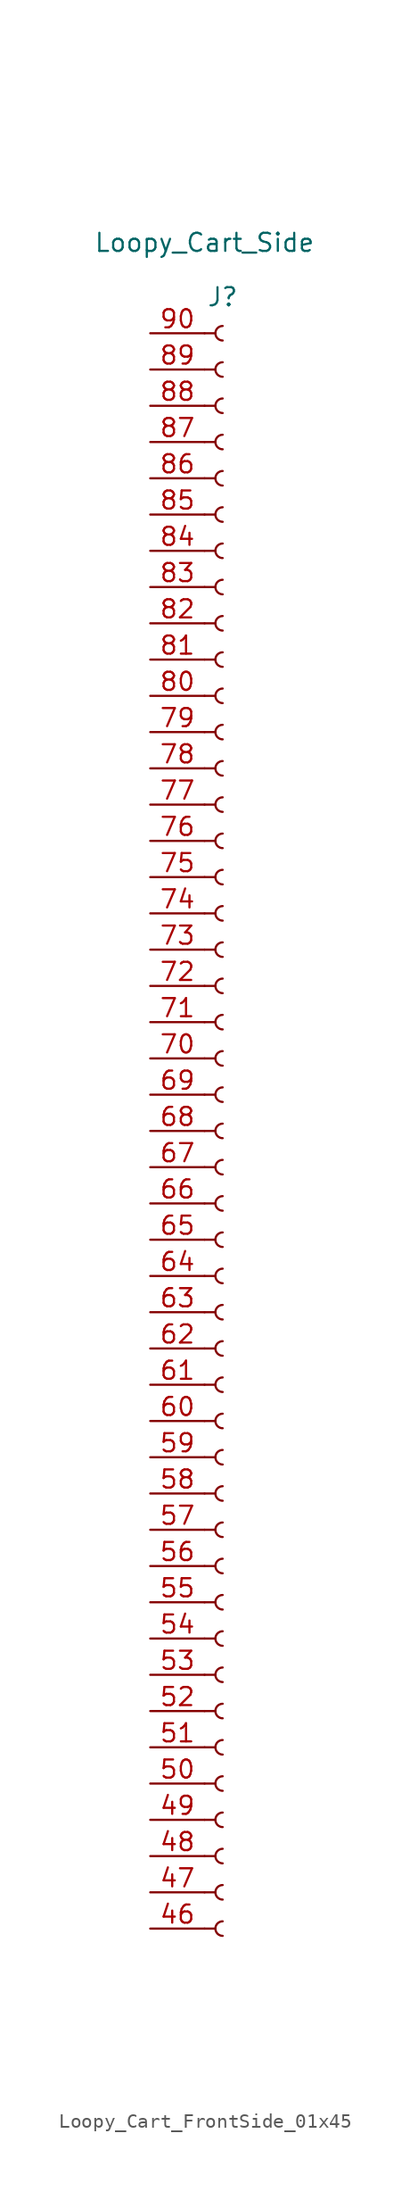
<source format=kicad_sym>
(kicad_symbol_lib
  (version 20220914)
  (generator kicad_symbol_editor)
  (symbol "Loopy_Cart_FrontSide_01x45"
    (pin_names
      (offset 1.016) hide)
    (property "Reference" "J"
      (at 0 50.8 0)
      (effects (font (size 1.27 1.27))))
    (property "Value" "Loopy_Cart_Side"
      (at -1.27 54.61 0)
      (effects (font (size 1.27 1.27))))
    (property "ki_locked" ""
      (at 0 0 0)
      (effects (font (size 1.27 1.27))))
    (symbol "Loopy_Cart_FrontSide_01x45_1_1"
      (arc (start 0 -62.992) (mid -0.5058 -63.5) (end 0 -64.008) (stroke (width 0.1524) (type default)) (fill (type none)))
      (arc (start 0 -60.452) (mid -0.5058 -60.96) (end 0 -61.468) (stroke (width 0.1524) (type default)) (fill (type none)))
      (arc (start 0 -57.912) (mid -0.5058 -58.42) (end 0 -58.928) (stroke (width 0.1524) (type default)) (fill (type none)))
      (arc (start 0 -55.372) (mid -0.5058 -55.88) (end 0 -56.388) (stroke (width 0.1524) (type default)) (fill (type none)))
      (arc (start 0 -52.832) (mid -0.5058 -53.34) (end 0 -53.848) (stroke (width 0.1524) (type default)) (fill (type none)))
      (arc (start 0 -50.292) (mid -0.5058 -50.8) (end 0 -51.308) (stroke (width 0.1524) (type default)) (fill (type none)))
      (arc (start 0 -47.752) (mid -0.5058 -48.26) (end 0 -48.768) (stroke (width 0.1524) (type default)) (fill (type none)))
      (arc (start 0 -45.212) (mid -0.5058 -45.72) (end 0 -46.228) (stroke (width 0.1524) (type default)) (fill (type none)))
      (arc (start 0 -42.672) (mid -0.5058 -43.18) (end 0 -43.688) (stroke (width 0.1524) (type default)) (fill (type none)))
      (arc (start 0 -40.132) (mid -0.5058 -40.64) (end 0 -41.148) (stroke (width 0.1524) (type default)) (fill (type none)))
      (arc (start 0 -37.592) (mid -0.5058 -38.1) (end 0 -38.608) (stroke (width 0.1524) (type default)) (fill (type none)))
      (arc (start 0 -35.052) (mid -0.5058 -35.56) (end 0 -36.068) (stroke (width 0.1524) (type default)) (fill (type none)))
      (arc (start 0 -32.512) (mid -0.5058 -33.02) (end 0 -33.528) (stroke (width 0.1524) (type default)) (fill (type none)))
      (arc (start 0 -29.972) (mid -0.5058 -30.48) (end 0 -30.988) (stroke (width 0.1524) (type default)) (fill (type none)))
      (arc (start 0 -27.432) (mid -0.5058 -27.94) (end 0 -28.448) (stroke (width 0.1524) (type default)) (fill (type none)))
      (arc (start 0 -24.892) (mid -0.5058 -25.4) (end 0 -25.908) (stroke (width 0.1524) (type default)) (fill (type none)))
      (arc (start 0 -22.352) (mid -0.5058 -22.86) (end 0 -23.368) (stroke (width 0.1524) (type default)) (fill (type none)))
      (arc (start 0 -19.812) (mid -0.5058 -20.32) (end 0 -20.828) (stroke (width 0.1524) (type default)) (fill (type none)))
      (arc (start 0 -17.272) (mid -0.5058 -17.78) (end 0 -18.288) (stroke (width 0.1524) (type default)) (fill (type none)))
      (arc (start 0 -14.732) (mid -0.5058 -15.24) (end 0 -15.748) (stroke (width 0.1524) (type default)) (fill (type none)))
      (arc (start 0 -12.192) (mid -0.5058 -12.7) (end 0 -13.208) (stroke (width 0.1524) (type default)) (fill (type none)))
      (arc (start 0 -9.652) (mid -0.5058 -10.16) (end 0 -10.668) (stroke (width 0.1524) (type default)) (fill (type none)))
      (arc (start 0 -7.112) (mid -0.5058 -7.62) (end 0 -8.128) (stroke (width 0.1524) (type default)) (fill (type none)))
      (arc (start 0 -4.572) (mid -0.5058 -5.08) (end 0 -5.588) (stroke (width 0.1524) (type default)) (fill (type none)))
      (arc (start 0 -2.032) (mid -0.5058 -2.54) (end 0 -3.048) (stroke (width 0.1524) (type default)) (fill (type none)))
      (polyline (pts (xy -1.27 -63.5) (xy -0.508 -63.5)) (stroke (width 0.152) (type default)) (fill (type none)))
      (polyline (pts (xy -1.27 -60.96) (xy -0.508 -60.96)) (stroke (width 0.152) (type default)) (fill (type none)))
      (polyline (pts (xy -1.27 -58.42) (xy -0.508 -58.42)) (stroke (width 0.152) (type default)) (fill (type none)))
      (polyline (pts (xy -1.27 -55.88) (xy -0.508 -55.88)) (stroke (width 0.152) (type default)) (fill (type none)))
      (polyline (pts (xy -1.27 -53.34) (xy -0.508 -53.34)) (stroke (width 0.152) (type default)) (fill (type none)))
      (polyline (pts (xy -1.27 -50.8) (xy -0.508 -50.8)) (stroke (width 0.152) (type default)) (fill (type none)))
      (polyline (pts (xy -1.27 -48.26) (xy -0.508 -48.26)) (stroke (width 0.152) (type default)) (fill (type none)))
      (polyline (pts (xy -1.27 -45.72) (xy -0.508 -45.72)) (stroke (width 0.152) (type default)) (fill (type none)))
      (polyline (pts (xy -1.27 -43.18) (xy -0.508 -43.18)) (stroke (width 0.152) (type default)) (fill (type none)))
      (polyline (pts (xy -1.27 -40.64) (xy -0.508 -40.64)) (stroke (width 0.152) (type default)) (fill (type none)))
      (polyline (pts (xy -1.27 -38.1) (xy -0.508 -38.1)) (stroke (width 0.152) (type default)) (fill (type none)))
      (polyline (pts (xy -1.27 -35.56) (xy -0.508 -35.56)) (stroke (width 0.152) (type default)) (fill (type none)))
      (polyline (pts (xy -1.27 -33.02) (xy -0.508 -33.02)) (stroke (width 0.152) (type default)) (fill (type none)))
      (polyline (pts (xy -1.27 -30.48) (xy -0.508 -30.48)) (stroke (width 0.152) (type default)) (fill (type none)))
      (polyline (pts (xy -1.27 -27.94) (xy -0.508 -27.94)) (stroke (width 0.152) (type default)) (fill (type none)))
      (polyline (pts (xy -1.27 -25.4) (xy -0.508 -25.4)) (stroke (width 0.152) (type default)) (fill (type none)))
      (polyline (pts (xy -1.27 -22.86) (xy -0.508 -22.86)) (stroke (width 0.152) (type default)) (fill (type none)))
      (polyline (pts (xy -1.27 -20.32) (xy -0.508 -20.32)) (stroke (width 0.152) (type default)) (fill (type none)))
      (polyline (pts (xy -1.27 -17.78) (xy -0.508 -17.78)) (stroke (width 0.152) (type default)) (fill (type none)))
      (polyline (pts (xy -1.27 -15.24) (xy -0.508 -15.24)) (stroke (width 0.152) (type default)) (fill (type none)))
      (polyline (pts (xy -1.27 -12.7) (xy -0.508 -12.7)) (stroke (width 0.152) (type default)) (fill (type none)))
      (polyline (pts (xy -1.27 -10.16) (xy -0.508 -10.16)) (stroke (width 0.152) (type default)) (fill (type none)))
      (polyline (pts (xy -1.27 -7.62) (xy -0.508 -7.62)) (stroke (width 0.152) (type default)) (fill (type none)))
      (polyline (pts (xy -1.27 -5.08) (xy -0.508 -5.08)) (stroke (width 0.152) (type default)) (fill (type none)))
      (polyline (pts (xy -1.27 -2.54) (xy -0.508 -2.54)) (stroke (width 0.152) (type default)) (fill (type none)))
      (polyline (pts (xy -1.27 0) (xy -0.508 0)) (stroke (width 0.152) (type default)) (fill (type none)))
      (polyline (pts (xy -1.27 2.54) (xy -0.508 2.54)) (stroke (width 0.152) (type default)) (fill (type none)))
      (polyline (pts (xy -1.27 5.08) (xy -0.508 5.08)) (stroke (width 0.152) (type default)) (fill (type none)))
      (polyline (pts (xy -1.27 7.62) (xy -0.508 7.62)) (stroke (width 0.152) (type default)) (fill (type none)))
      (polyline (pts (xy -1.27 10.16) (xy -0.508 10.16)) (stroke (width 0.152) (type default)) (fill (type none)))
      (polyline (pts (xy -1.27 12.7) (xy -0.508 12.7)) (stroke (width 0.152) (type default)) (fill (type none)))
      (polyline (pts (xy -1.27 15.24) (xy -0.508 15.24)) (stroke (width 0.152) (type default)) (fill (type none)))
      (polyline (pts (xy -1.27 17.78) (xy -0.508 17.78)) (stroke (width 0.152) (type default)) (fill (type none)))
      (polyline (pts (xy -1.27 20.32) (xy -0.508 20.32)) (stroke (width 0.152) (type default)) (fill (type none)))
      (polyline (pts (xy -1.27 22.86) (xy -0.508 22.86)) (stroke (width 0.152) (type default)) (fill (type none)))
      (polyline (pts (xy -1.27 25.4) (xy -0.508 25.4)) (stroke (width 0.152) (type default)) (fill (type none)))
      (polyline (pts (xy -1.27 27.94) (xy -0.508 27.94)) (stroke (width 0.152) (type default)) (fill (type none)))
      (polyline (pts (xy -1.27 30.48) (xy -0.508 30.48)) (stroke (width 0.152) (type default)) (fill (type none)))
      (polyline (pts (xy -1.27 33.02) (xy -0.508 33.02)) (stroke (width 0.152) (type default)) (fill (type none)))
      (polyline (pts (xy -1.27 35.56) (xy -0.508 35.56)) (stroke (width 0.152) (type default)) (fill (type none)))
      (polyline (pts (xy -1.27 38.1) (xy -0.508 38.1)) (stroke (width 0.152) (type default)) (fill (type none)))
      (polyline (pts (xy -1.27 40.64) (xy -0.508 40.64)) (stroke (width 0.152) (type default)) (fill (type none)))
      (polyline (pts (xy -1.27 43.18) (xy -0.508 43.18)) (stroke (width 0.152) (type default)) (fill (type none)))
      (polyline (pts (xy -1.27 45.72) (xy -0.508 45.72)) (stroke (width 0.152) (type default)) (fill (type none)))
      (polyline (pts (xy -1.27 48.26) (xy -0.508 48.26)) (stroke (width 0.152) (type default)) (fill (type none)))
      (arc (start 0 0.508) (mid -0.5058 0) (end 0 -0.508) (stroke (width 0.1524) (type default)) (fill (type none)))
      (arc (start 0 3.048) (mid -0.5058 2.54) (end 0 2.032) (stroke (width 0.1524) (type default)) (fill (type none)))
      (arc (start 0 5.588) (mid -0.5058 5.08) (end 0 4.572) (stroke (width 0.1524) (type default)) (fill (type none)))
      (arc (start 0 8.128) (mid -0.5058 7.62) (end 0 7.112) (stroke (width 0.1524) (type default)) (fill (type none)))
      (arc (start 0 10.668) (mid -0.5058 10.16) (end 0 9.652) (stroke (width 0.1524) (type default)) (fill (type none)))
      (arc (start 0 13.208) (mid -0.5058 12.7) (end 0 12.192) (stroke (width 0.1524) (type default)) (fill (type none)))
      (arc (start 0 15.748) (mid -0.5058 15.24) (end 0 14.732) (stroke (width 0.1524) (type default)) (fill (type none)))
      (arc (start 0 18.288) (mid -0.5058 17.78) (end 0 17.272) (stroke (width 0.1524) (type default)) (fill (type none)))
      (arc (start 0 20.828) (mid -0.5058 20.32) (end 0 19.812) (stroke (width 0.1524) (type default)) (fill (type none)))
      (arc (start 0 23.368) (mid -0.5058 22.86) (end 0 22.352) (stroke (width 0.1524) (type default)) (fill (type none)))
      (arc (start 0 25.908) (mid -0.5058 25.4) (end 0 24.892) (stroke (width 0.1524) (type default)) (fill (type none)))
      (arc (start 0 28.448) (mid -0.5058 27.94) (end 0 27.432) (stroke (width 0.1524) (type default)) (fill (type none)))
      (arc (start 0 30.988) (mid -0.5058 30.48) (end 0 29.972) (stroke (width 0.1524) (type default)) (fill (type none)))
      (arc (start 0 33.528) (mid -0.5058 33.02) (end 0 32.512) (stroke (width 0.1524) (type default)) (fill (type none)))
      (arc (start 0 36.068) (mid -0.5058 35.56) (end 0 35.052) (stroke (width 0.1524) (type default)) (fill (type none)))
      (arc (start 0 38.608) (mid -0.5058 38.1) (end 0 37.592) (stroke (width 0.1524) (type default)) (fill (type none)))
      (arc (start 0 41.148) (mid -0.5058 40.64) (end 0 40.132) (stroke (width 0.1524) (type default)) (fill (type none)))
      (arc (start 0 43.688) (mid -0.5058 43.18) (end 0 42.672) (stroke (width 0.1524) (type default)) (fill (type none)))
      (arc (start 0 46.228) (mid -0.5058 45.72) (end 0 45.212) (stroke (width 0.1524) (type default)) (fill (type none)))
      (arc (start 0 48.768) (mid -0.5058 48.26) (end 0 47.752) (stroke (width 0.1524) (type default)) (fill (type none)))
      (pin passive line (at -5.08 -63.5 0) (length 3.81) (name "" (effects (font (size 1.27 1.27)))) (number "46" (effects (font (size 1.27 1.27)))))
      (pin passive line (at -5.08 -60.96 0) (length 3.81) (name "" (effects (font (size 1.27 1.27)))) (number "47" (effects (font (size 1.27 1.27)))))
      (pin passive line (at -5.08 -58.42 0) (length 3.81) (name "" (effects (font (size 1.27 1.27)))) (number "48" (effects (font (size 1.27 1.27)))))
      (pin passive line (at -5.08 -55.88 0) (length 3.81) (name "" (effects (font (size 1.27 1.27)))) (number "49" (effects (font (size 1.27 1.27)))))
      (pin passive line (at -5.08 -53.34 0) (length 3.81) (name "" (effects (font (size 1.27 1.27)))) (number "50" (effects (font (size 1.27 1.27)))))
      (pin passive line (at -5.08 -50.8 0) (length 3.81) (name "" (effects (font (size 1.27 1.27)))) (number "51" (effects (font (size 1.27 1.27)))))
      (pin passive line (at -5.08 -48.26 0) (length 3.81) (name "" (effects (font (size 1.27 1.27)))) (number "52" (effects (font (size 1.27 1.27)))))
      (pin passive line (at -5.08 -45.72 0) (length 3.81) (name "" (effects (font (size 1.27 1.27)))) (number "53" (effects (font (size 1.27 1.27)))))
      (pin passive line (at -5.08 -43.18 0) (length 3.81) (name "" (effects (font (size 1.27 1.27)))) (number "54" (effects (font (size 1.27 1.27)))))
      (pin passive line (at -5.08 -40.64 0) (length 3.81) (name "" (effects (font (size 1.27 1.27)))) (number "55" (effects (font (size 1.27 1.27)))))
      (pin passive line (at -5.08 -38.1 0) (length 3.81) (name "" (effects (font (size 1.27 1.27)))) (number "56" (effects (font (size 1.27 1.27)))))
      (pin passive line (at -5.08 -35.56 0) (length 3.81) (name "" (effects (font (size 1.27 1.27)))) (number "57" (effects (font (size 1.27 1.27)))))
      (pin passive line (at -5.08 -33.02 0) (length 3.81) (name "" (effects (font (size 1.27 1.27)))) (number "58" (effects (font (size 1.27 1.27)))))
      (pin passive line (at -5.08 -30.48 0) (length 3.81) (name "" (effects (font (size 1.27 1.27)))) (number "59" (effects (font (size 1.27 1.27)))))
      (pin passive line (at -5.08 -27.94 0) (length 3.81) (name "" (effects (font (size 1.27 1.27)))) (number "60" (effects (font (size 1.27 1.27)))))
      (pin passive line (at -5.08 -25.4 0) (length 3.81) (name "" (effects (font (size 1.27 1.27)))) (number "61" (effects (font (size 1.27 1.27)))))
      (pin passive line (at -5.08 -22.86 0) (length 3.81) (name "" (effects (font (size 1.27 1.27)))) (number "62" (effects (font (size 1.27 1.27)))))
      (pin passive line (at -5.08 -20.32 0) (length 3.81) (name "" (effects (font (size 1.27 1.27)))) (number "63" (effects (font (size 1.27 1.27)))))
      (pin passive line (at -5.08 -17.78 0) (length 3.81) (name "" (effects (font (size 1.27 1.27)))) (number "64" (effects (font (size 1.27 1.27)))))
      (pin passive line (at -5.08 -15.24 0) (length 3.81) (name "" (effects (font (size 1.27 1.27)))) (number "65" (effects (font (size 1.27 1.27)))))
      (pin passive line (at -5.08 -12.7 0) (length 3.81) (name "" (effects (font (size 1.27 1.27)))) (number "66" (effects (font (size 1.27 1.27)))))
      (pin passive line (at -5.08 -10.16 0) (length 3.81) (name "" (effects (font (size 1.27 1.27)))) (number "67" (effects (font (size 1.27 1.27)))))
      (pin passive line (at -5.08 -7.62 0) (length 3.81) (name "" (effects (font (size 1.27 1.27)))) (number "68" (effects (font (size 1.27 1.27)))))
      (pin passive line (at -5.08 -5.08 0) (length 3.81) (name "" (effects (font (size 1.27 1.27)))) (number "69" (effects (font (size 1.27 1.27)))))
      (pin passive line (at -5.08 -2.54 0) (length 3.81) (name "" (effects (font (size 1.27 1.27)))) (number "70" (effects (font (size 1.27 1.27)))))
      (pin passive line (at -5.08 0 0) (length 3.81) (name "" (effects (font (size 1.27 1.27)))) (number "71" (effects (font (size 1.27 1.27)))))
      (pin passive line (at -5.08 2.54 0) (length 3.81) (name "" (effects (font (size 1.27 1.27)))) (number "72" (effects (font (size 1.27 1.27)))))
      (pin passive line (at -5.08 5.08 0) (length 3.81) (name "" (effects (font (size 1.27 1.27)))) (number "73" (effects (font (size 1.27 1.27)))))
      (pin passive line (at -5.08 7.62 0) (length 3.81) (name "" (effects (font (size 1.27 1.27)))) (number "74" (effects (font (size 1.27 1.27)))))
      (pin passive line (at -5.08 10.16 0) (length 3.81) (name "" (effects (font (size 1.27 1.27)))) (number "75" (effects (font (size 1.27 1.27)))))
      (pin passive line (at -5.08 12.7 0) (length 3.81) (name "" (effects (font (size 1.27 1.27)))) (number "76" (effects (font (size 1.27 1.27)))))
      (pin passive line (at -5.08 15.24 0) (length 3.81) (name "" (effects (font (size 1.27 1.27)))) (number "77" (effects (font (size 1.27 1.27)))))
      (pin passive line (at -5.08 17.78 0) (length 3.81) (name "" (effects (font (size 1.27 1.27)))) (number "78" (effects (font (size 1.27 1.27)))))
      (pin passive line (at -5.08 20.32 0) (length 3.81) (name "" (effects (font (size 1.27 1.27)))) (number "79" (effects (font (size 1.27 1.27)))))
      (pin passive line (at -5.08 22.86 0) (length 3.81) (name "" (effects (font (size 1.27 1.27)))) (number "80" (effects (font (size 1.27 1.27)))))
      (pin passive line (at -5.08 25.4 0) (length 3.81) (name "" (effects (font (size 1.27 1.27)))) (number "81" (effects (font (size 1.27 1.27)))))
      (pin passive line (at -5.08 27.94 0) (length 3.81) (name "" (effects (font (size 1.27 1.27)))) (number "82" (effects (font (size 1.27 1.27)))))
      (pin passive line (at -5.08 30.48 0) (length 3.81) (name "" (effects (font (size 1.27 1.27)))) (number "83" (effects (font (size 1.27 1.27)))))
      (pin passive line (at -5.08 33.02 0) (length 3.81) (name "" (effects (font (size 1.27 1.27)))) (number "84" (effects (font (size 1.27 1.27)))))
      (pin passive line (at -5.08 35.56 0) (length 3.81) (name "" (effects (font (size 1.27 1.27)))) (number "85" (effects (font (size 1.27 1.27)))))
      (pin passive line (at -5.08 38.1 0) (length 3.81) (name "" (effects (font (size 1.27 1.27)))) (number "86" (effects (font (size 1.27 1.27)))))
      (pin passive line (at -5.08 40.64 0) (length 3.81) (name "" (effects (font (size 1.27 1.27)))) (number "87" (effects (font (size 1.27 1.27)))))
      (pin passive line (at -5.08 43.18 0) (length 3.81) (name "" (effects (font (size 1.27 1.27)))) (number "88" (effects (font (size 1.27 1.27)))))
      (pin passive line (at -5.08 45.72 0) (length 3.81) (name "" (effects (font (size 1.27 1.27)))) (number "89" (effects (font (size 1.27 1.27)))))
      (pin passive line (at -5.08 48.26 0) (length 3.81) (name "" (effects (font (size 1.27 1.27)))) (number "90" (effects (font (size 1.27 1.27))))))))
</source>
